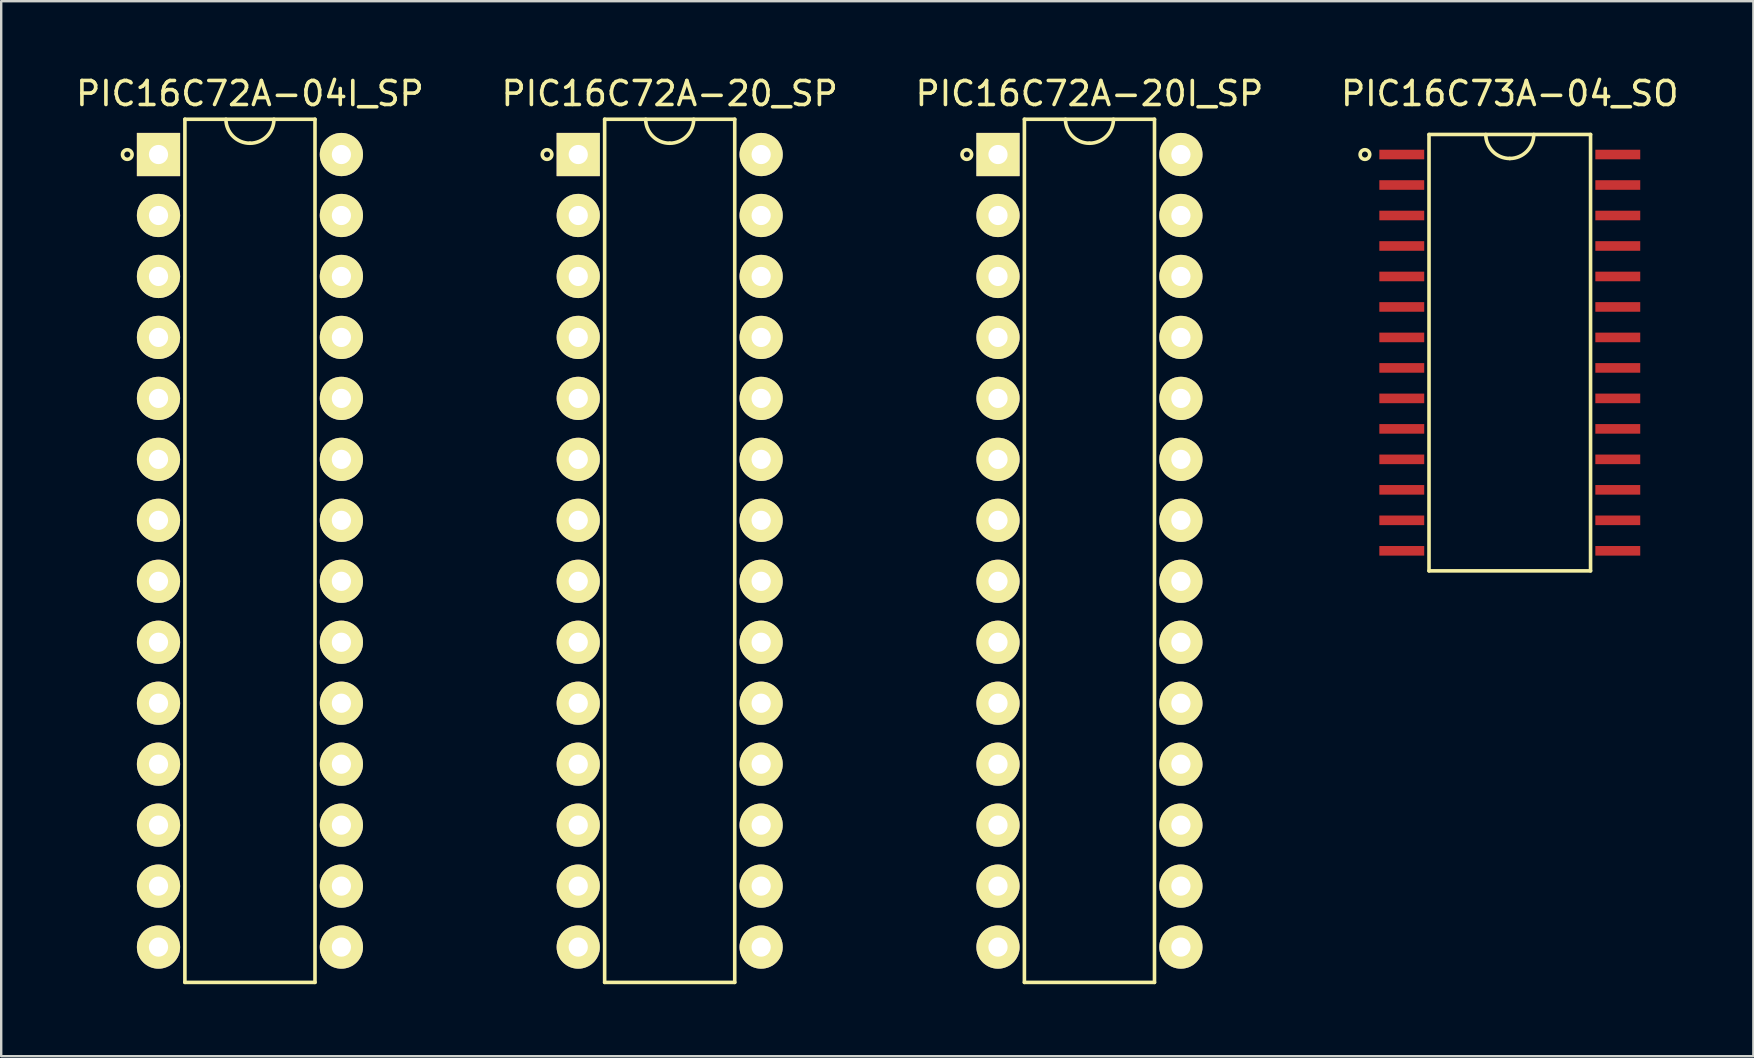
<source format=kicad_pcb>
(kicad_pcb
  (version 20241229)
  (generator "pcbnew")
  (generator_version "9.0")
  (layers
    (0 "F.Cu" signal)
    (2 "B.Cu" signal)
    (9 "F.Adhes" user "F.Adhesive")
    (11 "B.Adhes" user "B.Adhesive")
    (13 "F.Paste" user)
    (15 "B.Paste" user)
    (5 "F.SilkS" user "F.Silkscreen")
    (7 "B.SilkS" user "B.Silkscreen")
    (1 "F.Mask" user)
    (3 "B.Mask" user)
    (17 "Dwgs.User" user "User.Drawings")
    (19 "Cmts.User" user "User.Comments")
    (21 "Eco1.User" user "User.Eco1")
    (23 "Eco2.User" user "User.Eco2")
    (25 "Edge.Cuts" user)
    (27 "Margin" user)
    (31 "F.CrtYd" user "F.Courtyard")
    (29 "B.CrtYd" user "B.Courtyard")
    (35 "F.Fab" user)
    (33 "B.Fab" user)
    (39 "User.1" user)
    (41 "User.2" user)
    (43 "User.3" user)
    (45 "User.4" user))
  (footprint "PIC16C73A-04_SO"
    (layer "F.Cu")
    (at 55.351 3.388)
    (property "Reference" "PIC16C73A-04_SO" (at 4.5 -2.54 0) (layer "F.SilkS") (effects (font (size 1 1) (thickness 0.15))))
    (attr through_hole)
    (fp_line (start 1.135 -0.835) (end 7.865 -0.835) (stroke (width 0.15) (type solid)) (layer "F.SilkS"))
    (fp_line (start 1.135 17.345) (end 1.135 -0.835) (stroke (width 0.15) (type solid)) (layer "F.SilkS"))
    (fp_line (start 7.865 -0.835) (end 7.865 17.345) (stroke (width 0.15) (type solid)) (layer "F.SilkS"))
    (fp_line (start 7.865 17.345) (end 1.135 17.345) (stroke (width 0.15) (type solid)) (layer "F.SilkS"))
    (fp_arc (start 4.5 0.165) (mid 3.792893 -0.127893) (end 3.5 -0.835) (stroke (width 0.15) (type solid)) (layer "F.SilkS"))
    (fp_arc (start 5.5 -0.835) (mid 5.207107 -0.127893) (end 4.5 0.165) (stroke (width 0.15) (type solid)) (layer "F.SilkS"))
    (fp_circle (center -1.535 0) (end -1.535 0.2) (stroke (width 0.15) (type solid)) (fill no) (layer "F.SilkS"))
    (pad "1" smd rect (at 0 0) (size 1.87 0.4) (layers "F.Cu" "F.Mask" "F.Paste"))
    (pad "2" smd rect (at 0 1.27) (size 1.87 0.4) (layers "F.Cu" "F.Mask" "F.Paste"))
    (pad "3" smd rect (at 0 2.54) (size 1.87 0.4) (layers "F.Cu" "F.Mask" "F.Paste"))
    (pad "4" smd rect (at 0 3.81) (size 1.87 0.4) (layers "F.Cu" "F.Mask" "F.Paste"))
    (pad "5" smd rect (at 0 5.08) (size 1.87 0.4) (layers "F.Cu" "F.Mask" "F.Paste"))
    (pad "6" smd rect (at 0 6.35) (size 1.87 0.4) (layers "F.Cu" "F.Mask" "F.Paste"))
    (pad "7" smd rect (at 0 7.62) (size 1.87 0.4) (layers "F.Cu" "F.Mask" "F.Paste"))
    (pad "8" smd rect (at 0 8.89) (size 1.87 0.4) (layers "F.Cu" "F.Mask" "F.Paste"))
    (pad "9" smd rect (at 0 10.16) (size 1.87 0.4) (layers "F.Cu" "F.Mask" "F.Paste"))
    (pad "10" smd rect (at 0 11.43) (size 1.87 0.4) (layers "F.Cu" "F.Mask" "F.Paste"))
    (pad "11" smd rect (at 0 12.7) (size 1.87 0.4) (layers "F.Cu" "F.Mask" "F.Paste"))
    (pad "12" smd rect (at 0 13.97) (size 1.87 0.4) (layers "F.Cu" "F.Mask" "F.Paste"))
    (pad "13" smd rect (at 0 15.24) (size 1.87 0.4) (layers "F.Cu" "F.Mask" "F.Paste"))
    (pad "14" smd rect (at 0 16.51) (size 1.87 0.4) (layers "F.Cu" "F.Mask" "F.Paste"))
    (pad "15" smd rect (at 9 16.51) (size 1.87 0.4) (layers "F.Cu" "F.Mask" "F.Paste"))
    (pad "16" smd rect (at 9 15.24) (size 1.87 0.4) (layers "F.Cu" "F.Mask" "F.Paste"))
    (pad "17" smd rect (at 9 13.97) (size 1.87 0.4) (layers "F.Cu" "F.Mask" "F.Paste"))
    (pad "18" smd rect (at 9 12.7) (size 1.87 0.4) (layers "F.Cu" "F.Mask" "F.Paste"))
    (pad "19" smd rect (at 9 11.43) (size 1.87 0.4) (layers "F.Cu" "F.Mask" "F.Paste"))
    (pad "20" smd rect (at 9 10.16) (size 1.87 0.4) (layers "F.Cu" "F.Mask" "F.Paste"))
    (pad "21" smd rect (at 9 8.89) (size 1.87 0.4) (layers "F.Cu" "F.Mask" "F.Paste"))
    (pad "22" smd rect (at 9 7.62) (size 1.87 0.4) (layers "F.Cu" "F.Mask" "F.Paste"))
    (pad "23" smd rect (at 9 6.35) (size 1.87 0.4) (layers "F.Cu" "F.Mask" "F.Paste"))
    (pad "24" smd rect (at 9 5.08) (size 1.87 0.4) (layers "F.Cu" "F.Mask" "F.Paste"))
    (pad "25" smd rect (at 9 3.81) (size 1.87 0.4) (layers "F.Cu" "F.Mask" "F.Paste"))
    (pad "26" smd rect (at 9 2.54) (size 1.87 0.4) (layers "F.Cu" "F.Mask" "F.Paste"))
    (pad "27" smd rect (at 9 1.27) (size 1.87 0.4) (layers "F.Cu" "F.Mask" "F.Paste"))
    (pad "28" smd rect (at 9 0) (size 1.87 0.4) (layers "F.Cu" "F.Mask" "F.Paste")))
  (footprint "PIC16C72A-20I_SP"
    (layer "F.Cu")
    (at 38.529 3.388)
    (property "Reference" "PIC16C72A-20I_SP" (at 3.81 -2.54 0) (layer "F.SilkS") (effects (font (size 1 1) (thickness 0.15))))
    (attr through_hole)
    (fp_line (start 1.1 -1.47) (end 6.52 -1.47) (stroke (width 0.15) (type solid)) (layer "F.SilkS"))
    (fp_line (start 1.1 34.49) (end 1.1 -1.47) (stroke (width 0.15) (type solid)) (layer "F.SilkS"))
    (fp_line (start 6.52 -1.47) (end 6.52 34.49) (stroke (width 0.15) (type solid)) (layer "F.SilkS"))
    (fp_line (start 6.52 34.49) (end 1.1 34.49) (stroke (width 0.15) (type solid)) (layer "F.SilkS"))
    (fp_arc (start 3.81 -0.47) (mid 3.102893 -0.762893) (end 2.81 -1.47) (stroke (width 0.15) (type solid)) (layer "F.SilkS"))
    (fp_arc (start 4.81 -1.47) (mid 4.517107 -0.762893) (end 3.81 -0.47) (stroke (width 0.15) (type solid)) (layer "F.SilkS"))
    (fp_circle (center -1.3 0) (end -1.3 0.2) (stroke (width 0.15) (type solid)) (fill no) (layer "F.SilkS"))
    (pad "1" thru_hole rect (at 0 0) (size 1.8 1.8) (drill 0.8) (layers "*.Cu" "*.Mask" "F.SilkS"))
    (pad "2" thru_hole circle (at 0 2.54) (size 1.8 1.8) (drill 0.8) (layers "*.Cu" "*.Mask" "F.SilkS"))
    (pad "3" thru_hole circle (at 0 5.08) (size 1.8 1.8) (drill 0.8) (layers "*.Cu" "*.Mask" "F.SilkS"))
    (pad "4" thru_hole circle (at 0 7.62) (size 1.8 1.8) (drill 0.8) (layers "*.Cu" "*.Mask" "F.SilkS"))
    (pad "5" thru_hole circle (at 0 10.16) (size 1.8 1.8) (drill 0.8) (layers "*.Cu" "*.Mask" "F.SilkS"))
    (pad "6" thru_hole circle (at 0 12.7) (size 1.8 1.8) (drill 0.8) (layers "*.Cu" "*.Mask" "F.SilkS"))
    (pad "7" thru_hole circle (at 0 15.24) (size 1.8 1.8) (drill 0.8) (layers "*.Cu" "*.Mask" "F.SilkS"))
    (pad "8" thru_hole circle (at 0 17.78) (size 1.8 1.8) (drill 0.8) (layers "*.Cu" "*.Mask" "F.SilkS"))
    (pad "9" thru_hole circle (at 0 20.32) (size 1.8 1.8) (drill 0.8) (layers "*.Cu" "*.Mask" "F.SilkS"))
    (pad "10" thru_hole circle (at 0 22.86) (size 1.8 1.8) (drill 0.8) (layers "*.Cu" "*.Mask" "F.SilkS"))
    (pad "11" thru_hole circle (at 0 25.4) (size 1.8 1.8) (drill 0.8) (layers "*.Cu" "*.Mask" "F.SilkS"))
    (pad "12" thru_hole circle (at 0 27.94) (size 1.8 1.8) (drill 0.8) (layers "*.Cu" "*.Mask" "F.SilkS"))
    (pad "13" thru_hole circle (at 0 30.48) (size 1.8 1.8) (drill 0.8) (layers "*.Cu" "*.Mask" "F.SilkS"))
    (pad "14" thru_hole circle (at 0 33.02) (size 1.8 1.8) (drill 0.8) (layers "*.Cu" "*.Mask" "F.SilkS"))
    (pad "15" thru_hole circle (at 7.62 33.02) (size 1.8 1.8) (drill 0.8) (layers "*.Cu" "*.Mask" "F.SilkS"))
    (pad "16" thru_hole circle (at 7.62 30.48) (size 1.8 1.8) (drill 0.8) (layers "*.Cu" "*.Mask" "F.SilkS"))
    (pad "17" thru_hole circle (at 7.62 27.94) (size 1.8 1.8) (drill 0.8) (layers "*.Cu" "*.Mask" "F.SilkS"))
    (pad "18" thru_hole circle (at 7.62 25.4) (size 1.8 1.8) (drill 0.8) (layers "*.Cu" "*.Mask" "F.SilkS"))
    (pad "19" thru_hole circle (at 7.62 22.86) (size 1.8 1.8) (drill 0.8) (layers "*.Cu" "*.Mask" "F.SilkS"))
    (pad "20" thru_hole circle (at 7.62 20.32) (size 1.8 1.8) (drill 0.8) (layers "*.Cu" "*.Mask" "F.SilkS"))
    (pad "21" thru_hole circle (at 7.62 17.78) (size 1.8 1.8) (drill 0.8) (layers "*.Cu" "*.Mask" "F.SilkS"))
    (pad "22" thru_hole circle (at 7.62 15.24) (size 1.8 1.8) (drill 0.8) (layers "*.Cu" "*.Mask" "F.SilkS"))
    (pad "23" thru_hole circle (at 7.62 12.7) (size 1.8 1.8) (drill 0.8) (layers "*.Cu" "*.Mask" "F.SilkS"))
    (pad "24" thru_hole circle (at 7.62 10.16) (size 1.8 1.8) (drill 0.8) (layers "*.Cu" "*.Mask" "F.SilkS"))
    (pad "25" thru_hole circle (at 7.62 7.62) (size 1.8 1.8) (drill 0.8) (layers "*.Cu" "*.Mask" "F.SilkS"))
    (pad "26" thru_hole circle (at 7.62 5.08) (size 1.8 1.8) (drill 0.8) (layers "*.Cu" "*.Mask" "F.SilkS"))
    (pad "27" thru_hole circle (at 7.62 2.54) (size 1.8 1.8) (drill 0.8) (layers "*.Cu" "*.Mask" "F.SilkS"))
    (pad "28" thru_hole circle (at 7.62 0) (size 1.8 1.8) (drill 0.8) (layers "*.Cu" "*.Mask" "F.SilkS")))
  (footprint "PIC16C72A-20_SP"
    (layer "F.Cu")
    (at 21.041 3.388)
    (property "Reference" "PIC16C72A-20_SP" (at 3.81 -2.54 0) (layer "F.SilkS") (effects (font (size 1 1) (thickness 0.15))))
    (attr through_hole)
    (fp_line (start 1.1 -1.47) (end 6.52 -1.47) (stroke (width 0.15) (type solid)) (layer "F.SilkS"))
    (fp_line (start 1.1 34.49) (end 1.1 -1.47) (stroke (width 0.15) (type solid)) (layer "F.SilkS"))
    (fp_line (start 6.52 -1.47) (end 6.52 34.49) (stroke (width 0.15) (type solid)) (layer "F.SilkS"))
    (fp_line (start 6.52 34.49) (end 1.1 34.49) (stroke (width 0.15) (type solid)) (layer "F.SilkS"))
    (fp_arc (start 3.81 -0.47) (mid 3.102893 -0.762893) (end 2.81 -1.47) (stroke (width 0.15) (type solid)) (layer "F.SilkS"))
    (fp_arc (start 4.81 -1.47) (mid 4.517107 -0.762893) (end 3.81 -0.47) (stroke (width 0.15) (type solid)) (layer "F.SilkS"))
    (fp_circle (center -1.3 0) (end -1.3 0.2) (stroke (width 0.15) (type solid)) (fill no) (layer "F.SilkS"))
    (pad "1" thru_hole rect (at 0 0) (size 1.8 1.8) (drill 0.8) (layers "*.Cu" "*.Mask" "F.SilkS"))
    (pad "2" thru_hole circle (at 0 2.54) (size 1.8 1.8) (drill 0.8) (layers "*.Cu" "*.Mask" "F.SilkS"))
    (pad "3" thru_hole circle (at 0 5.08) (size 1.8 1.8) (drill 0.8) (layers "*.Cu" "*.Mask" "F.SilkS"))
    (pad "4" thru_hole circle (at 0 7.62) (size 1.8 1.8) (drill 0.8) (layers "*.Cu" "*.Mask" "F.SilkS"))
    (pad "5" thru_hole circle (at 0 10.16) (size 1.8 1.8) (drill 0.8) (layers "*.Cu" "*.Mask" "F.SilkS"))
    (pad "6" thru_hole circle (at 0 12.7) (size 1.8 1.8) (drill 0.8) (layers "*.Cu" "*.Mask" "F.SilkS"))
    (pad "7" thru_hole circle (at 0 15.24) (size 1.8 1.8) (drill 0.8) (layers "*.Cu" "*.Mask" "F.SilkS"))
    (pad "8" thru_hole circle (at 0 17.78) (size 1.8 1.8) (drill 0.8) (layers "*.Cu" "*.Mask" "F.SilkS"))
    (pad "9" thru_hole circle (at 0 20.32) (size 1.8 1.8) (drill 0.8) (layers "*.Cu" "*.Mask" "F.SilkS"))
    (pad "10" thru_hole circle (at 0 22.86) (size 1.8 1.8) (drill 0.8) (layers "*.Cu" "*.Mask" "F.SilkS"))
    (pad "11" thru_hole circle (at 0 25.4) (size 1.8 1.8) (drill 0.8) (layers "*.Cu" "*.Mask" "F.SilkS"))
    (pad "12" thru_hole circle (at 0 27.94) (size 1.8 1.8) (drill 0.8) (layers "*.Cu" "*.Mask" "F.SilkS"))
    (pad "13" thru_hole circle (at 0 30.48) (size 1.8 1.8) (drill 0.8) (layers "*.Cu" "*.Mask" "F.SilkS"))
    (pad "14" thru_hole circle (at 0 33.02) (size 1.8 1.8) (drill 0.8) (layers "*.Cu" "*.Mask" "F.SilkS"))
    (pad "15" thru_hole circle (at 7.62 33.02) (size 1.8 1.8) (drill 0.8) (layers "*.Cu" "*.Mask" "F.SilkS"))
    (pad "16" thru_hole circle (at 7.62 30.48) (size 1.8 1.8) (drill 0.8) (layers "*.Cu" "*.Mask" "F.SilkS"))
    (pad "17" thru_hole circle (at 7.62 27.94) (size 1.8 1.8) (drill 0.8) (layers "*.Cu" "*.Mask" "F.SilkS"))
    (pad "18" thru_hole circle (at 7.62 25.4) (size 1.8 1.8) (drill 0.8) (layers "*.Cu" "*.Mask" "F.SilkS"))
    (pad "19" thru_hole circle (at 7.62 22.86) (size 1.8 1.8) (drill 0.8) (layers "*.Cu" "*.Mask" "F.SilkS"))
    (pad "20" thru_hole circle (at 7.62 20.32) (size 1.8 1.8) (drill 0.8) (layers "*.Cu" "*.Mask" "F.SilkS"))
    (pad "21" thru_hole circle (at 7.62 17.78) (size 1.8 1.8) (drill 0.8) (layers "*.Cu" "*.Mask" "F.SilkS"))
    (pad "22" thru_hole circle (at 7.62 15.24) (size 1.8 1.8) (drill 0.8) (layers "*.Cu" "*.Mask" "F.SilkS"))
    (pad "23" thru_hole circle (at 7.62 12.7) (size 1.8 1.8) (drill 0.8) (layers "*.Cu" "*.Mask" "F.SilkS"))
    (pad "24" thru_hole circle (at 7.62 10.16) (size 1.8 1.8) (drill 0.8) (layers "*.Cu" "*.Mask" "F.SilkS"))
    (pad "25" thru_hole circle (at 7.62 7.62) (size 1.8 1.8) (drill 0.8) (layers "*.Cu" "*.Mask" "F.SilkS"))
    (pad "26" thru_hole circle (at 7.62 5.08) (size 1.8 1.8) (drill 0.8) (layers "*.Cu" "*.Mask" "F.SilkS"))
    (pad "27" thru_hole circle (at 7.62 2.54) (size 1.8 1.8) (drill 0.8) (layers "*.Cu" "*.Mask" "F.SilkS"))
    (pad "28" thru_hole circle (at 7.62 0) (size 1.8 1.8) (drill 0.8) (layers "*.Cu" "*.Mask" "F.SilkS")))
  (footprint "PIC16C72A-04I_SP"
    (layer "F.Cu")
    (at 3.553 3.388)
    (property "Reference" "PIC16C72A-04I_SP" (at 3.81 -2.54 0) (layer "F.SilkS") (effects (font (size 1 1) (thickness 0.15))))
    (attr through_hole)
    (fp_line (start 1.1 -1.47) (end 6.52 -1.47) (stroke (width 0.15) (type solid)) (layer "F.SilkS"))
    (fp_line (start 1.1 34.49) (end 1.1 -1.47) (stroke (width 0.15) (type solid)) (layer "F.SilkS"))
    (fp_line (start 6.52 -1.47) (end 6.52 34.49) (stroke (width 0.15) (type solid)) (layer "F.SilkS"))
    (fp_line (start 6.52 34.49) (end 1.1 34.49) (stroke (width 0.15) (type solid)) (layer "F.SilkS"))
    (fp_arc (start 3.81 -0.47) (mid 3.102893 -0.762893) (end 2.81 -1.47) (stroke (width 0.15) (type solid)) (layer "F.SilkS"))
    (fp_arc (start 4.81 -1.47) (mid 4.517107 -0.762893) (end 3.81 -0.47) (stroke (width 0.15) (type solid)) (layer "F.SilkS"))
    (fp_circle (center -1.3 0) (end -1.3 0.2) (stroke (width 0.15) (type solid)) (fill no) (layer "F.SilkS"))
    (pad "1" thru_hole rect (at 0 0) (size 1.8 1.8) (drill 0.8) (layers "*.Cu" "*.Mask" "F.SilkS"))
    (pad "2" thru_hole circle (at 0 2.54) (size 1.8 1.8) (drill 0.8) (layers "*.Cu" "*.Mask" "F.SilkS"))
    (pad "3" thru_hole circle (at 0 5.08) (size 1.8 1.8) (drill 0.8) (layers "*.Cu" "*.Mask" "F.SilkS"))
    (pad "4" thru_hole circle (at 0 7.62) (size 1.8 1.8) (drill 0.8) (layers "*.Cu" "*.Mask" "F.SilkS"))
    (pad "5" thru_hole circle (at 0 10.16) (size 1.8 1.8) (drill 0.8) (layers "*.Cu" "*.Mask" "F.SilkS"))
    (pad "6" thru_hole circle (at 0 12.7) (size 1.8 1.8) (drill 0.8) (layers "*.Cu" "*.Mask" "F.SilkS"))
    (pad "7" thru_hole circle (at 0 15.24) (size 1.8 1.8) (drill 0.8) (layers "*.Cu" "*.Mask" "F.SilkS"))
    (pad "8" thru_hole circle (at 0 17.78) (size 1.8 1.8) (drill 0.8) (layers "*.Cu" "*.Mask" "F.SilkS"))
    (pad "9" thru_hole circle (at 0 20.32) (size 1.8 1.8) (drill 0.8) (layers "*.Cu" "*.Mask" "F.SilkS"))
    (pad "10" thru_hole circle (at 0 22.86) (size 1.8 1.8) (drill 0.8) (layers "*.Cu" "*.Mask" "F.SilkS"))
    (pad "11" thru_hole circle (at 0 25.4) (size 1.8 1.8) (drill 0.8) (layers "*.Cu" "*.Mask" "F.SilkS"))
    (pad "12" thru_hole circle (at 0 27.94) (size 1.8 1.8) (drill 0.8) (layers "*.Cu" "*.Mask" "F.SilkS"))
    (pad "13" thru_hole circle (at 0 30.48) (size 1.8 1.8) (drill 0.8) (layers "*.Cu" "*.Mask" "F.SilkS"))
    (pad "14" thru_hole circle (at 0 33.02) (size 1.8 1.8) (drill 0.8) (layers "*.Cu" "*.Mask" "F.SilkS"))
    (pad "15" thru_hole circle (at 7.62 33.02) (size 1.8 1.8) (drill 0.8) (layers "*.Cu" "*.Mask" "F.SilkS"))
    (pad "16" thru_hole circle (at 7.62 30.48) (size 1.8 1.8) (drill 0.8) (layers "*.Cu" "*.Mask" "F.SilkS"))
    (pad "17" thru_hole circle (at 7.62 27.94) (size 1.8 1.8) (drill 0.8) (layers "*.Cu" "*.Mask" "F.SilkS"))
    (pad "18" thru_hole circle (at 7.62 25.4) (size 1.8 1.8) (drill 0.8) (layers "*.Cu" "*.Mask" "F.SilkS"))
    (pad "19" thru_hole circle (at 7.62 22.86) (size 1.8 1.8) (drill 0.8) (layers "*.Cu" "*.Mask" "F.SilkS"))
    (pad "20" thru_hole circle (at 7.62 20.32) (size 1.8 1.8) (drill 0.8) (layers "*.Cu" "*.Mask" "F.SilkS"))
    (pad "21" thru_hole circle (at 7.62 17.78) (size 1.8 1.8) (drill 0.8) (layers "*.Cu" "*.Mask" "F.SilkS"))
    (pad "22" thru_hole circle (at 7.62 15.24) (size 1.8 1.8) (drill 0.8) (layers "*.Cu" "*.Mask" "F.SilkS"))
    (pad "23" thru_hole circle (at 7.62 12.7) (size 1.8 1.8) (drill 0.8) (layers "*.Cu" "*.Mask" "F.SilkS"))
    (pad "24" thru_hole circle (at 7.62 10.16) (size 1.8 1.8) (drill 0.8) (layers "*.Cu" "*.Mask" "F.SilkS"))
    (pad "25" thru_hole circle (at 7.62 7.62) (size 1.8 1.8) (drill 0.8) (layers "*.Cu" "*.Mask" "F.SilkS"))
    (pad "26" thru_hole circle (at 7.62 5.08) (size 1.8 1.8) (drill 0.8) (layers "*.Cu" "*.Mask" "F.SilkS"))
    (pad "27" thru_hole circle (at 7.62 2.54) (size 1.8 1.8) (drill 0.8) (layers "*.Cu" "*.Mask" "F.SilkS"))
    (pad "28" thru_hole circle (at 7.62 0) (size 1.8 1.8) (drill 0.8) (layers "*.Cu" "*.Mask" "F.SilkS")))
  (gr_rect
    (start -3 -3)
    (end 70 40.953)
    (stroke (width 0.1) (type default))
    (fill no)
    (layer "Edge.Cuts")))
</source>
